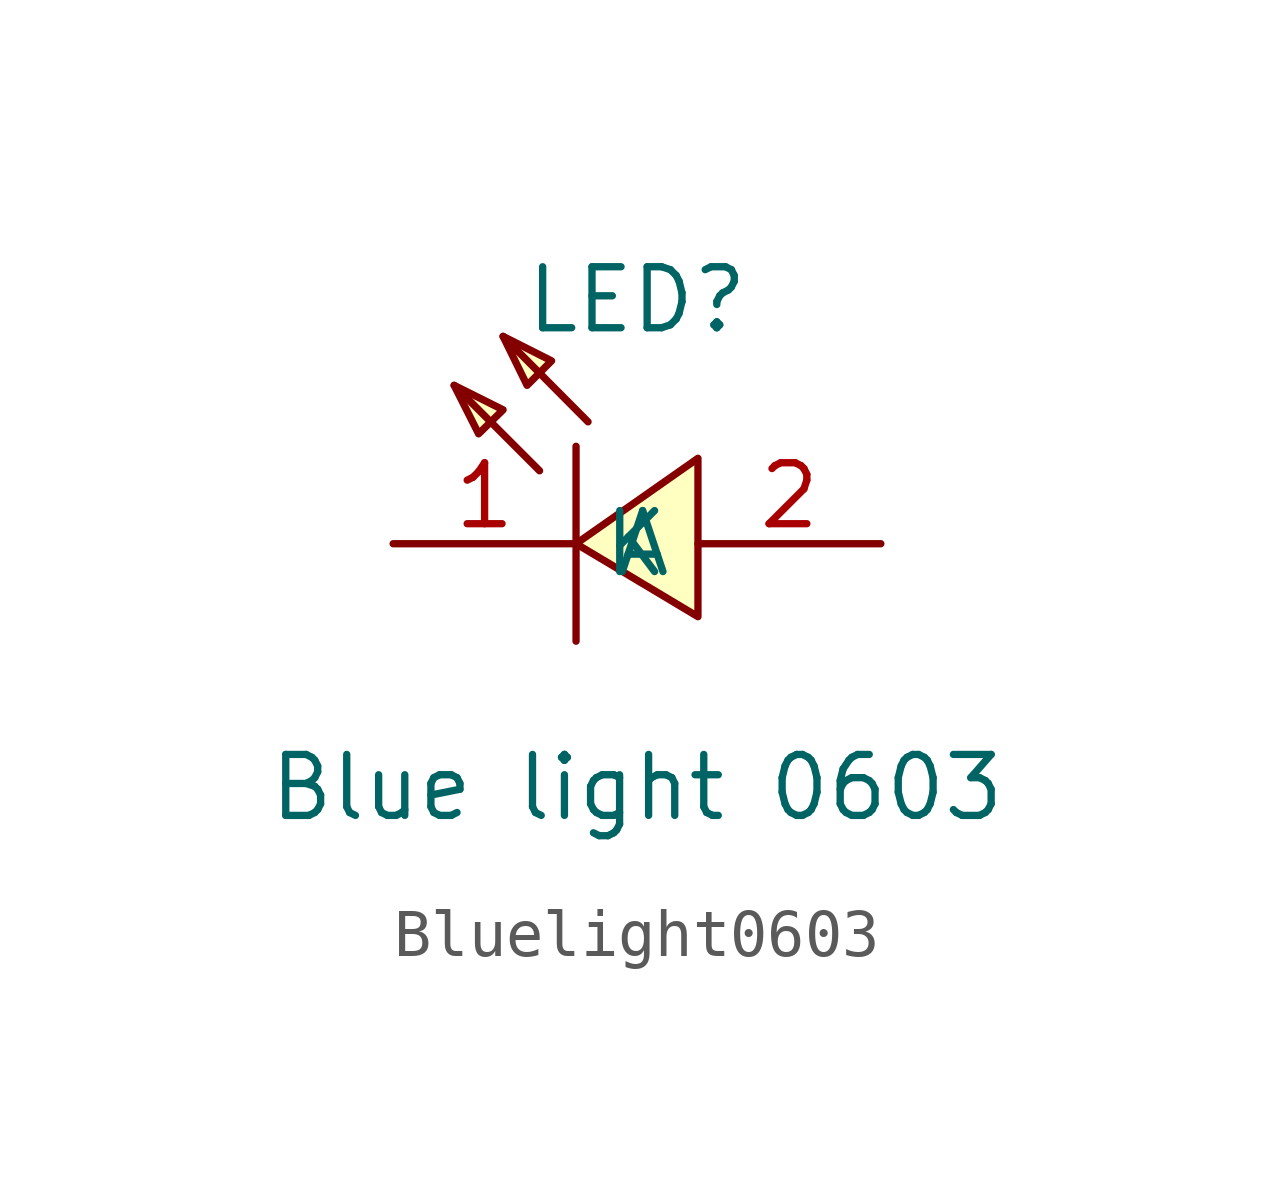
<source format=kicad_sym>
(kicad_symbol_lib
  (version 1)
  (generator "faebryk")
  (symbol "Bluelight0603"
    (property "Reference" "LED"
      (at 0 3.81 0)
      (effects (font (size 1.27 1.27)) (hide no)))
    (property "Value" "Blue light 0603"
      (at 0 -6.35 0)
      (effects (font (size 1.27 1.27)) (hide no)))
    (symbol "Bluelight0603_0_1"
      (polyline (stroke (width 0) (type default) (color 0 0 0 0)) (fill (type background)) (pts (xy -3.81 2.03) (xy -2.79 1.52) (xy -3.3 1.02) (xy -3.81 2.03)))
      (polyline (stroke (width 0) (type default) (color 0 0 0 0)) (fill (type background)) (pts (xy -2.79 3.05) (xy -1.78 2.54) (xy -2.29 2.03) (xy -2.79 3.05)))
      (polyline (stroke (width 0) (type default) (color 0 0 0 0)) (fill (type background)) (pts (xy 1.27 -2.79) (xy -1.27 -1.27) (xy 1.27 0.51) (xy 1.27 -2.79)))
      (polyline (stroke (width 0) (type default) (color 0 0 0 0)) (fill (type none)) (pts (xy -2.03 0.25) (xy -3.81 2.03)))
      (polyline (stroke (width 0) (type default) (color 0 0 0 0)) (fill (type none)) (pts (xy -1.02 1.27) (xy -2.79 3.05)))
      (polyline (stroke (width 0) (type default) (color 0 0 0 0)) (fill (type none)) (pts (xy -1.27 0.76) (xy -1.27 -3.3)))
      (pin unspecified line (at -5.08 -1.27 0) (length 3.81) (name "K" (effects (font (size 1.27 1.27)) (hide no))) (number "1" (effects (font (size 1.27 1.27)) (hide no))))
      (pin unspecified line (at 5.08 -1.27 180) (length 3.81) (name "A" (effects (font (size 1.27 1.27)) (hide no))) (number "2" (effects (font (size 1.27 1.27)) (hide no)))))))
</source>
